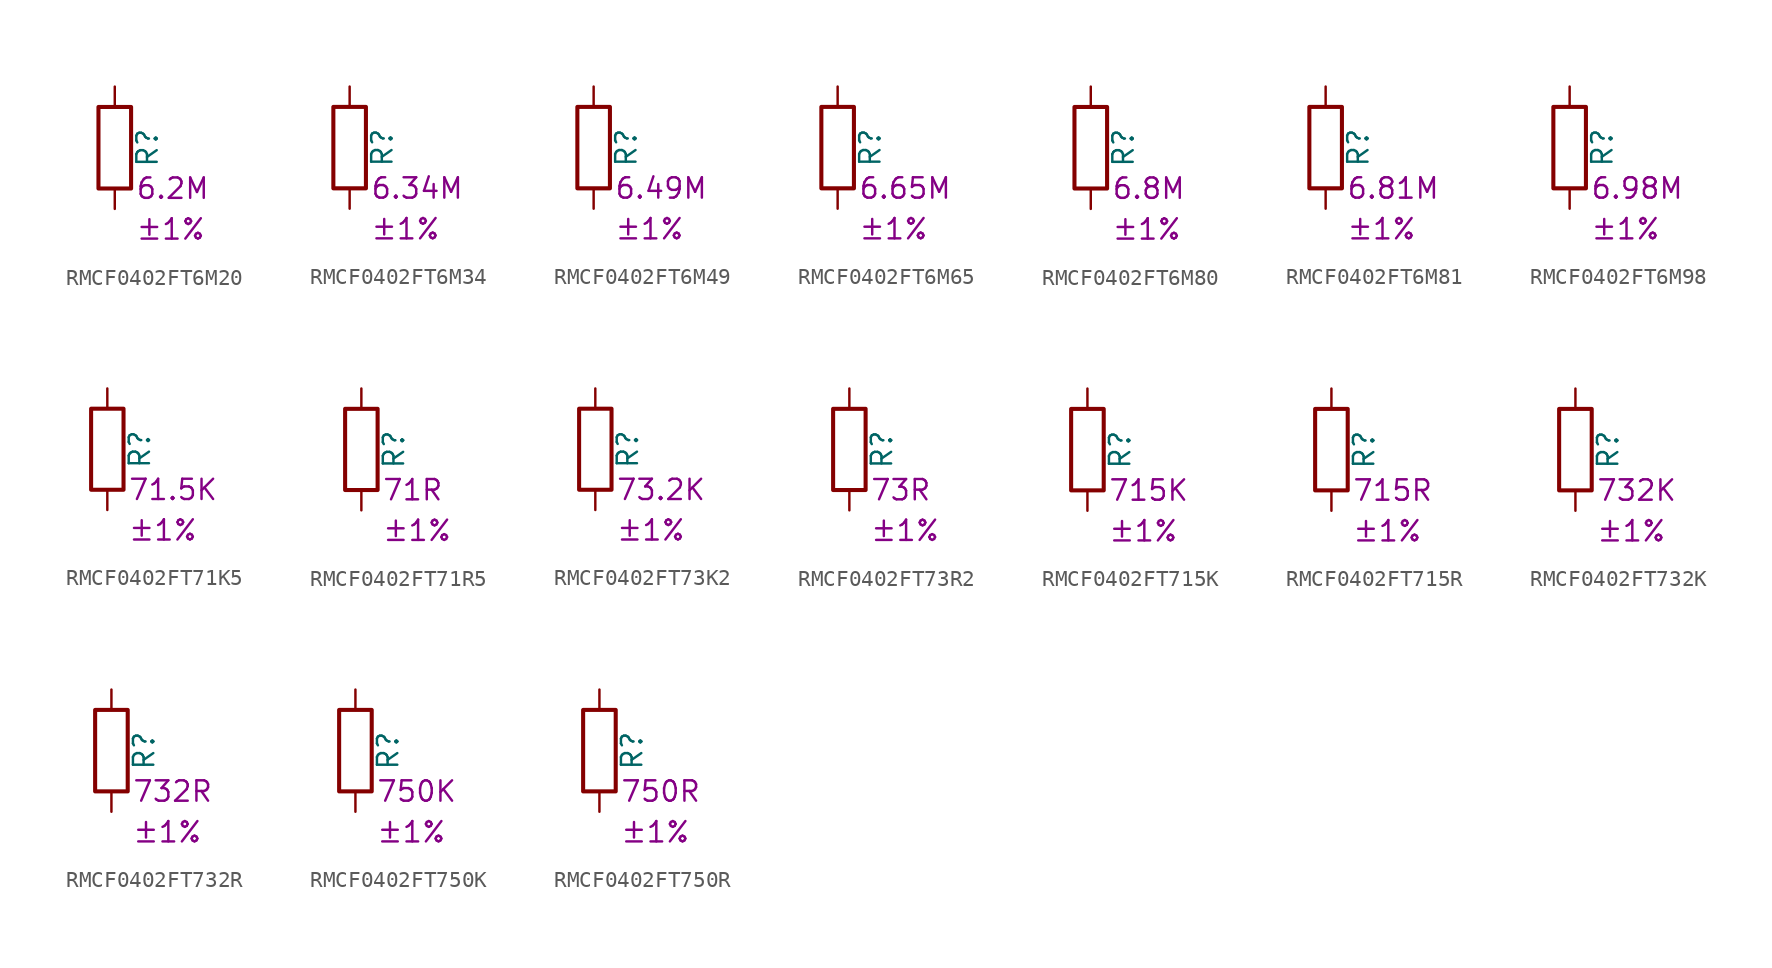
<source format=kicad_sym>
(kicad_symbol_lib
  (version 20220914)
  (generator kicad_symbol_editor)
  (symbol "RMCF0402FT6M20"
    (pin_numbers hide)
    (pin_names
      (offset 0))
    (property "Reference" "R"
      (at 2.032 0 90)
      (effects (font (size 1.27 1.27))))
    (property "Resistance" "6.2M"
      (at 1.27 -2.54 0)
      (effects (font (size 1.27 1.27)) (justify left)))
    (property "Tolerance" "±1%"
      (at 1.27 -5.08 0)
      (effects (font (size 1.27 1.27)) (justify left)))
    (symbol "RMCF0402FT6M20_0_1"
      (rectangle (start -1.016 -2.54) (end 1.016 2.54) (stroke (width 0.254) (type default)) (fill (type none))))
    (symbol "RMCF0402FT6M20_1_1"
      (pin passive line (at 0 3.81 270) (length 1.27) (name "~" (effects (font (size 1.27 1.27)))) (number "1" (effects (font (size 1.27 1.27)))))
      (pin passive line (at 0 -3.81 90) (length 1.27) (name "~" (effects (font (size 1.27 1.27)))) (number "2" (effects (font (size 1.27 1.27)))))))
  (symbol "RMCF0402FT6M34"
    (pin_numbers hide)
    (pin_names
      (offset 0))
    (property "Reference" "R"
      (at 2.032 0 90)
      (effects (font (size 1.27 1.27))))
    (property "Resistance" "6.34M"
      (at 1.27 -2.54 0)
      (effects (font (size 1.27 1.27)) (justify left)))
    (property "Tolerance" "±1%"
      (at 1.27 -5.08 0)
      (effects (font (size 1.27 1.27)) (justify left)))
    (symbol "RMCF0402FT6M34_0_1"
      (rectangle (start -1.016 -2.54) (end 1.016 2.54) (stroke (width 0.254) (type default)) (fill (type none))))
    (symbol "RMCF0402FT6M34_1_1"
      (pin passive line (at 0 3.81 270) (length 1.27) (name "~" (effects (font (size 1.27 1.27)))) (number "1" (effects (font (size 1.27 1.27)))))
      (pin passive line (at 0 -3.81 90) (length 1.27) (name "~" (effects (font (size 1.27 1.27)))) (number "2" (effects (font (size 1.27 1.27)))))))
  (symbol "RMCF0402FT6M49"
    (pin_numbers hide)
    (pin_names
      (offset 0))
    (property "Reference" "R"
      (at 2.032 0 90)
      (effects (font (size 1.27 1.27))))
    (property "Resistance" "6.49M"
      (at 1.27 -2.54 0)
      (effects (font (size 1.27 1.27)) (justify left)))
    (property "Tolerance" "±1%"
      (at 1.27 -5.08 0)
      (effects (font (size 1.27 1.27)) (justify left)))
    (symbol "RMCF0402FT6M49_0_1"
      (rectangle (start -1.016 -2.54) (end 1.016 2.54) (stroke (width 0.254) (type default)) (fill (type none))))
    (symbol "RMCF0402FT6M49_1_1"
      (pin passive line (at 0 3.81 270) (length 1.27) (name "~" (effects (font (size 1.27 1.27)))) (number "1" (effects (font (size 1.27 1.27)))))
      (pin passive line (at 0 -3.81 90) (length 1.27) (name "~" (effects (font (size 1.27 1.27)))) (number "2" (effects (font (size 1.27 1.27)))))))
  (symbol "RMCF0402FT6M65"
    (pin_numbers hide)
    (pin_names
      (offset 0))
    (property "Reference" "R"
      (at 2.032 0 90)
      (effects (font (size 1.27 1.27))))
    (property "Resistance" "6.65M"
      (at 1.27 -2.54 0)
      (effects (font (size 1.27 1.27)) (justify left)))
    (property "Tolerance" "±1%"
      (at 1.27 -5.08 0)
      (effects (font (size 1.27 1.27)) (justify left)))
    (symbol "RMCF0402FT6M65_0_1"
      (rectangle (start -1.016 -2.54) (end 1.016 2.54) (stroke (width 0.254) (type default)) (fill (type none))))
    (symbol "RMCF0402FT6M65_1_1"
      (pin passive line (at 0 3.81 270) (length 1.27) (name "~" (effects (font (size 1.27 1.27)))) (number "1" (effects (font (size 1.27 1.27)))))
      (pin passive line (at 0 -3.81 90) (length 1.27) (name "~" (effects (font (size 1.27 1.27)))) (number "2" (effects (font (size 1.27 1.27)))))))
  (symbol "RMCF0402FT6M80"
    (pin_numbers hide)
    (pin_names
      (offset 0))
    (property "Reference" "R"
      (at 2.032 0 90)
      (effects (font (size 1.27 1.27))))
    (property "Resistance" "6.8M"
      (at 1.27 -2.54 0)
      (effects (font (size 1.27 1.27)) (justify left)))
    (property "Tolerance" "±1%"
      (at 1.27 -5.08 0)
      (effects (font (size 1.27 1.27)) (justify left)))
    (symbol "RMCF0402FT6M80_0_1"
      (rectangle (start -1.016 -2.54) (end 1.016 2.54) (stroke (width 0.254) (type default)) (fill (type none))))
    (symbol "RMCF0402FT6M80_1_1"
      (pin passive line (at 0 3.81 270) (length 1.27) (name "~" (effects (font (size 1.27 1.27)))) (number "1" (effects (font (size 1.27 1.27)))))
      (pin passive line (at 0 -3.81 90) (length 1.27) (name "~" (effects (font (size 1.27 1.27)))) (number "2" (effects (font (size 1.27 1.27)))))))
  (symbol "RMCF0402FT6M81"
    (pin_numbers hide)
    (pin_names
      (offset 0))
    (property "Reference" "R"
      (at 2.032 0 90)
      (effects (font (size 1.27 1.27))))
    (property "Resistance" "6.81M"
      (at 1.27 -2.54 0)
      (effects (font (size 1.27 1.27)) (justify left)))
    (property "Tolerance" "±1%"
      (at 1.27 -5.08 0)
      (effects (font (size 1.27 1.27)) (justify left)))
    (symbol "RMCF0402FT6M81_0_1"
      (rectangle (start -1.016 -2.54) (end 1.016 2.54) (stroke (width 0.254) (type default)) (fill (type none))))
    (symbol "RMCF0402FT6M81_1_1"
      (pin passive line (at 0 3.81 270) (length 1.27) (name "~" (effects (font (size 1.27 1.27)))) (number "1" (effects (font (size 1.27 1.27)))))
      (pin passive line (at 0 -3.81 90) (length 1.27) (name "~" (effects (font (size 1.27 1.27)))) (number "2" (effects (font (size 1.27 1.27)))))))
  (symbol "RMCF0402FT6M98"
    (pin_numbers hide)
    (pin_names
      (offset 0))
    (property "Reference" "R"
      (at 2.032 0 90)
      (effects (font (size 1.27 1.27))))
    (property "Resistance" "6.98M"
      (at 1.27 -2.54 0)
      (effects (font (size 1.27 1.27)) (justify left)))
    (property "Tolerance" "±1%"
      (at 1.27 -5.08 0)
      (effects (font (size 1.27 1.27)) (justify left)))
    (symbol "RMCF0402FT6M98_0_1"
      (rectangle (start -1.016 -2.54) (end 1.016 2.54) (stroke (width 0.254) (type default)) (fill (type none))))
    (symbol "RMCF0402FT6M98_1_1"
      (pin passive line (at 0 3.81 270) (length 1.27) (name "~" (effects (font (size 1.27 1.27)))) (number "1" (effects (font (size 1.27 1.27)))))
      (pin passive line (at 0 -3.81 90) (length 1.27) (name "~" (effects (font (size 1.27 1.27)))) (number "2" (effects (font (size 1.27 1.27)))))))
  (symbol "RMCF0402FT71K5"
    (pin_numbers hide)
    (pin_names
      (offset 0))
    (property "Reference" "R"
      (at 2.032 0 90)
      (effects (font (size 1.27 1.27))))
    (property "Resistance" "71.5K"
      (at 1.27 -2.54 0)
      (effects (font (size 1.27 1.27)) (justify left)))
    (property "Tolerance" "±1%"
      (at 1.27 -5.08 0)
      (effects (font (size 1.27 1.27)) (justify left)))
    (symbol "RMCF0402FT71K5_0_1"
      (rectangle (start -1.016 -2.54) (end 1.016 2.54) (stroke (width 0.254) (type default)) (fill (type none))))
    (symbol "RMCF0402FT71K5_1_1"
      (pin passive line (at 0 3.81 270) (length 1.27) (name "~" (effects (font (size 1.27 1.27)))) (number "1" (effects (font (size 1.27 1.27)))))
      (pin passive line (at 0 -3.81 90) (length 1.27) (name "~" (effects (font (size 1.27 1.27)))) (number "2" (effects (font (size 1.27 1.27)))))))
  (symbol "RMCF0402FT71R5"
    (pin_numbers hide)
    (pin_names
      (offset 0))
    (property "Reference" "R"
      (at 2.032 0 90)
      (effects (font (size 1.27 1.27))))
    (property "Resistance" "71R"
      (at 1.27 -2.54 0)
      (effects (font (size 1.27 1.27)) (justify left)))
    (property "Tolerance" "±1%"
      (at 1.27 -5.08 0)
      (effects (font (size 1.27 1.27)) (justify left)))
    (symbol "RMCF0402FT71R5_0_1"
      (rectangle (start -1.016 -2.54) (end 1.016 2.54) (stroke (width 0.254) (type default)) (fill (type none))))
    (symbol "RMCF0402FT71R5_1_1"
      (pin passive line (at 0 3.81 270) (length 1.27) (name "~" (effects (font (size 1.27 1.27)))) (number "1" (effects (font (size 1.27 1.27)))))
      (pin passive line (at 0 -3.81 90) (length 1.27) (name "~" (effects (font (size 1.27 1.27)))) (number "2" (effects (font (size 1.27 1.27)))))))
  (symbol "RMCF0402FT73K2"
    (pin_numbers hide)
    (pin_names
      (offset 0))
    (property "Reference" "R"
      (at 2.032 0 90)
      (effects (font (size 1.27 1.27))))
    (property "Resistance" "73.2K"
      (at 1.27 -2.54 0)
      (effects (font (size 1.27 1.27)) (justify left)))
    (property "Tolerance" "±1%"
      (at 1.27 -5.08 0)
      (effects (font (size 1.27 1.27)) (justify left)))
    (symbol "RMCF0402FT73K2_0_1"
      (rectangle (start -1.016 -2.54) (end 1.016 2.54) (stroke (width 0.254) (type default)) (fill (type none))))
    (symbol "RMCF0402FT73K2_1_1"
      (pin passive line (at 0 3.81 270) (length 1.27) (name "~" (effects (font (size 1.27 1.27)))) (number "1" (effects (font (size 1.27 1.27)))))
      (pin passive line (at 0 -3.81 90) (length 1.27) (name "~" (effects (font (size 1.27 1.27)))) (number "2" (effects (font (size 1.27 1.27)))))))
  (symbol "RMCF0402FT73R2"
    (pin_numbers hide)
    (pin_names
      (offset 0))
    (property "Reference" "R"
      (at 2.032 0 90)
      (effects (font (size 1.27 1.27))))
    (property "Resistance" "73R"
      (at 1.27 -2.54 0)
      (effects (font (size 1.27 1.27)) (justify left)))
    (property "Tolerance" "±1%"
      (at 1.27 -5.08 0)
      (effects (font (size 1.27 1.27)) (justify left)))
    (symbol "RMCF0402FT73R2_0_1"
      (rectangle (start -1.016 -2.54) (end 1.016 2.54) (stroke (width 0.254) (type default)) (fill (type none))))
    (symbol "RMCF0402FT73R2_1_1"
      (pin passive line (at 0 3.81 270) (length 1.27) (name "~" (effects (font (size 1.27 1.27)))) (number "1" (effects (font (size 1.27 1.27)))))
      (pin passive line (at 0 -3.81 90) (length 1.27) (name "~" (effects (font (size 1.27 1.27)))) (number "2" (effects (font (size 1.27 1.27)))))))
  (symbol "RMCF0402FT715K"
    (pin_numbers hide)
    (pin_names
      (offset 0))
    (property "Reference" "R"
      (at 2.032 0 90)
      (effects (font (size 1.27 1.27))))
    (property "Resistance" "715K"
      (at 1.27 -2.54 0)
      (effects (font (size 1.27 1.27)) (justify left)))
    (property "Tolerance" "±1%"
      (at 1.27 -5.08 0)
      (effects (font (size 1.27 1.27)) (justify left)))
    (symbol "RMCF0402FT715K_0_1"
      (rectangle (start -1.016 -2.54) (end 1.016 2.54) (stroke (width 0.254) (type default)) (fill (type none))))
    (symbol "RMCF0402FT715K_1_1"
      (pin passive line (at 0 3.81 270) (length 1.27) (name "~" (effects (font (size 1.27 1.27)))) (number "1" (effects (font (size 1.27 1.27)))))
      (pin passive line (at 0 -3.81 90) (length 1.27) (name "~" (effects (font (size 1.27 1.27)))) (number "2" (effects (font (size 1.27 1.27)))))))
  (symbol "RMCF0402FT715R"
    (pin_numbers hide)
    (pin_names
      (offset 0))
    (property "Reference" "R"
      (at 2.032 0 90)
      (effects (font (size 1.27 1.27))))
    (property "Resistance" "715R"
      (at 1.27 -2.54 0)
      (effects (font (size 1.27 1.27)) (justify left)))
    (property "Tolerance" "±1%"
      (at 1.27 -5.08 0)
      (effects (font (size 1.27 1.27)) (justify left)))
    (symbol "RMCF0402FT715R_0_1"
      (rectangle (start -1.016 -2.54) (end 1.016 2.54) (stroke (width 0.254) (type default)) (fill (type none))))
    (symbol "RMCF0402FT715R_1_1"
      (pin passive line (at 0 3.81 270) (length 1.27) (name "~" (effects (font (size 1.27 1.27)))) (number "1" (effects (font (size 1.27 1.27)))))
      (pin passive line (at 0 -3.81 90) (length 1.27) (name "~" (effects (font (size 1.27 1.27)))) (number "2" (effects (font (size 1.27 1.27)))))))
  (symbol "RMCF0402FT732K"
    (pin_numbers hide)
    (pin_names
      (offset 0))
    (property "Reference" "R"
      (at 2.032 0 90)
      (effects (font (size 1.27 1.27))))
    (property "Resistance" "732K"
      (at 1.27 -2.54 0)
      (effects (font (size 1.27 1.27)) (justify left)))
    (property "Tolerance" "±1%"
      (at 1.27 -5.08 0)
      (effects (font (size 1.27 1.27)) (justify left)))
    (symbol "RMCF0402FT732K_0_1"
      (rectangle (start -1.016 -2.54) (end 1.016 2.54) (stroke (width 0.254) (type default)) (fill (type none))))
    (symbol "RMCF0402FT732K_1_1"
      (pin passive line (at 0 3.81 270) (length 1.27) (name "~" (effects (font (size 1.27 1.27)))) (number "1" (effects (font (size 1.27 1.27)))))
      (pin passive line (at 0 -3.81 90) (length 1.27) (name "~" (effects (font (size 1.27 1.27)))) (number "2" (effects (font (size 1.27 1.27)))))))
  (symbol "RMCF0402FT732R"
    (pin_numbers hide)
    (pin_names
      (offset 0))
    (property "Reference" "R"
      (at 2.032 0 90)
      (effects (font (size 1.27 1.27))))
    (property "Resistance" "732R"
      (at 1.27 -2.54 0)
      (effects (font (size 1.27 1.27)) (justify left)))
    (property "Tolerance" "±1%"
      (at 1.27 -5.08 0)
      (effects (font (size 1.27 1.27)) (justify left)))
    (symbol "RMCF0402FT732R_0_1"
      (rectangle (start -1.016 -2.54) (end 1.016 2.54) (stroke (width 0.254) (type default)) (fill (type none))))
    (symbol "RMCF0402FT732R_1_1"
      (pin passive line (at 0 3.81 270) (length 1.27) (name "~" (effects (font (size 1.27 1.27)))) (number "1" (effects (font (size 1.27 1.27)))))
      (pin passive line (at 0 -3.81 90) (length 1.27) (name "~" (effects (font (size 1.27 1.27)))) (number "2" (effects (font (size 1.27 1.27)))))))
  (symbol "RMCF0402FT750K"
    (pin_numbers hide)
    (pin_names
      (offset 0))
    (property "Reference" "R"
      (at 2.032 0 90)
      (effects (font (size 1.27 1.27))))
    (property "Resistance" "750K"
      (at 1.27 -2.54 0)
      (effects (font (size 1.27 1.27)) (justify left)))
    (property "Tolerance" "±1%"
      (at 1.27 -5.08 0)
      (effects (font (size 1.27 1.27)) (justify left)))
    (symbol "RMCF0402FT750K_0_1"
      (rectangle (start -1.016 -2.54) (end 1.016 2.54) (stroke (width 0.254) (type default)) (fill (type none))))
    (symbol "RMCF0402FT750K_1_1"
      (pin passive line (at 0 3.81 270) (length 1.27) (name "~" (effects (font (size 1.27 1.27)))) (number "1" (effects (font (size 1.27 1.27)))))
      (pin passive line (at 0 -3.81 90) (length 1.27) (name "~" (effects (font (size 1.27 1.27)))) (number "2" (effects (font (size 1.27 1.27)))))))
  (symbol "RMCF0402FT750R"
    (pin_numbers hide)
    (pin_names
      (offset 0))
    (property "Reference" "R"
      (at 2.032 0 90)
      (effects (font (size 1.27 1.27))))
    (property "Resistance" "750R"
      (at 1.27 -2.54 0)
      (effects (font (size 1.27 1.27)) (justify left)))
    (property "Tolerance" "±1%"
      (at 1.27 -5.08 0)
      (effects (font (size 1.27 1.27)) (justify left)))
    (symbol "RMCF0402FT750R_0_1"
      (rectangle (start -1.016 -2.54) (end 1.016 2.54) (stroke (width 0.254) (type default)) (fill (type none))))
    (symbol "RMCF0402FT750R_1_1"
      (pin passive line (at 0 3.81 270) (length 1.27) (name "~" (effects (font (size 1.27 1.27)))) (number "1" (effects (font (size 1.27 1.27)))))
      (pin passive line (at 0 -3.81 90) (length 1.27) (name "~" (effects (font (size 1.27 1.27)))) (number "2" (effects (font (size 1.27 1.27))))))))
</source>
